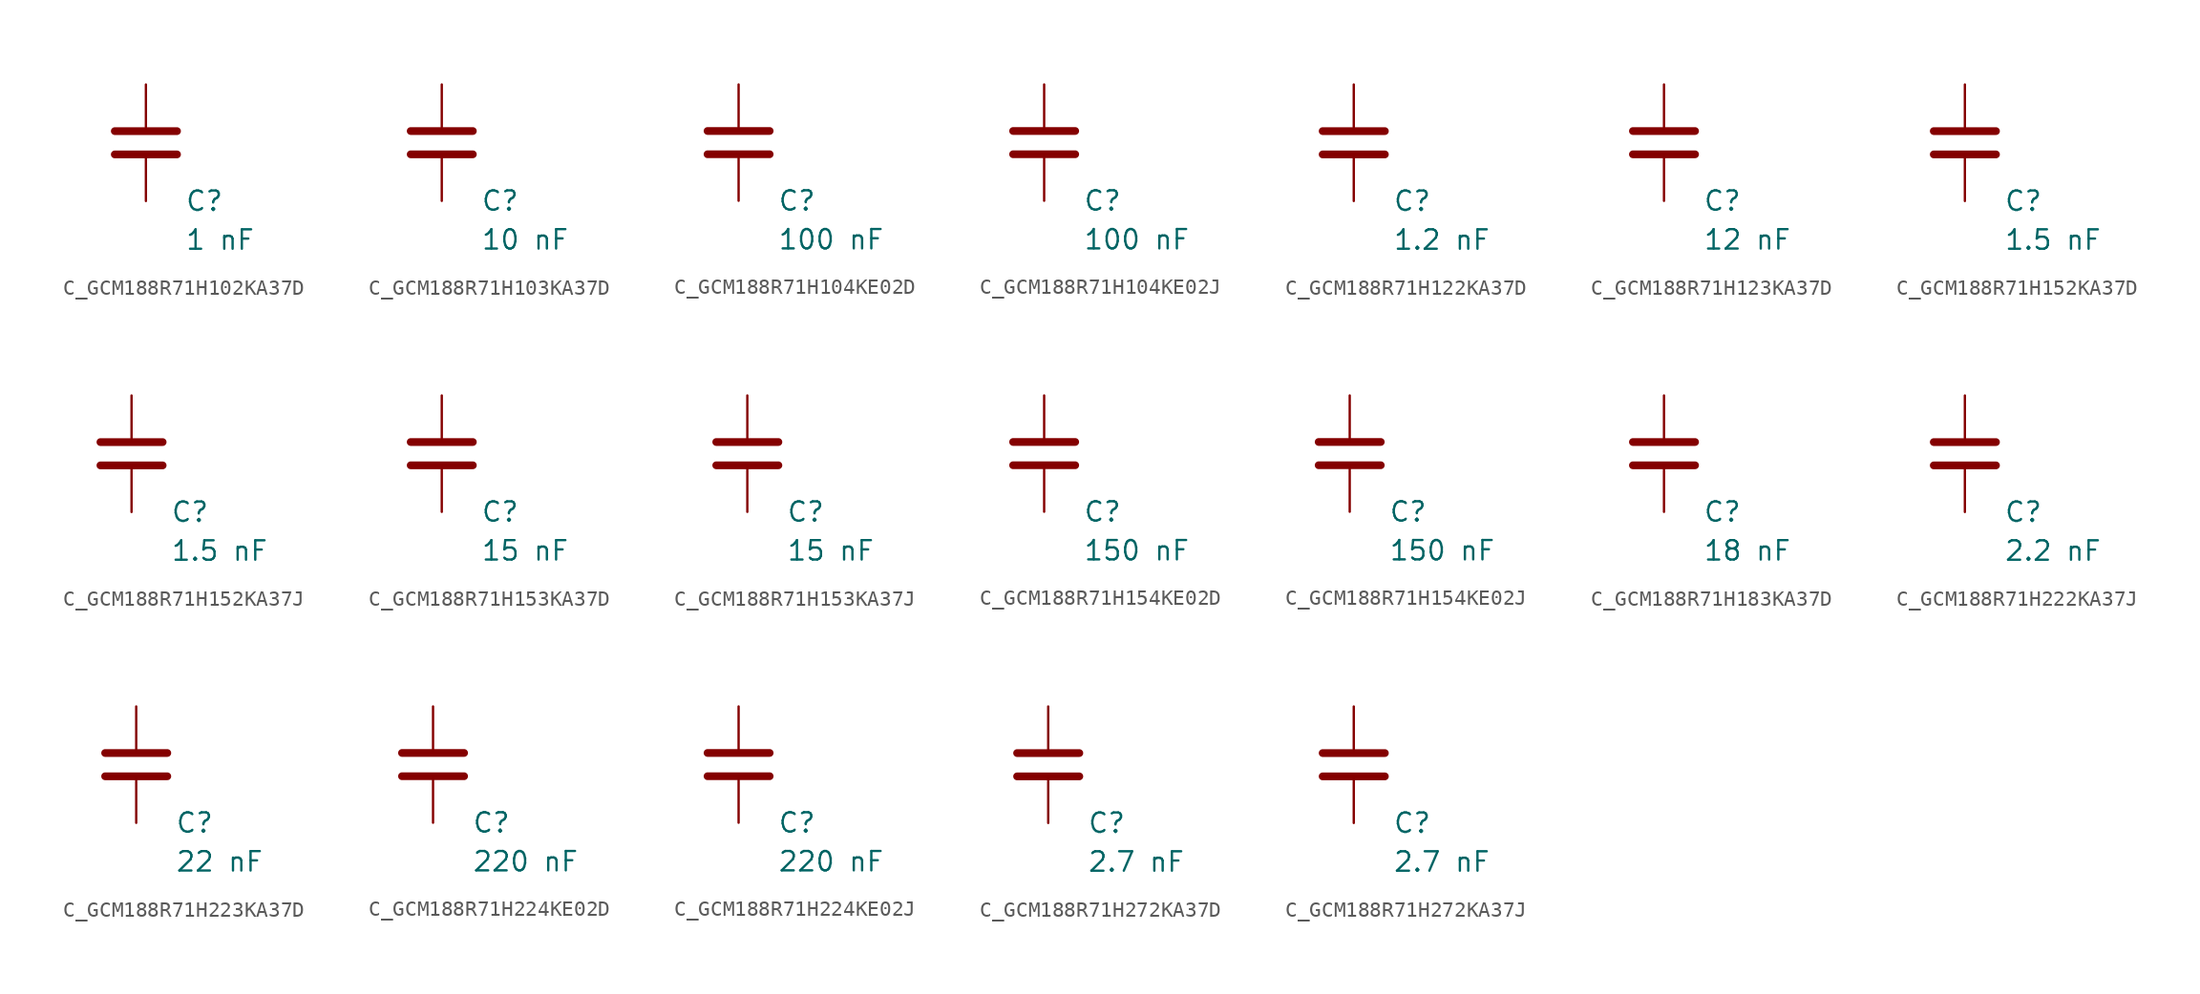
<source format=kicad_sym>
(kicad_symbol_lib
  (version 20231120)
  (generator "kicad_symbol_editor")
  (generator_version "8.0")
  (symbol "C_GCM188R71H102KA37D"
    (pin_numbers hide)
    (pin_names
      (offset 0.254))
    (property "Reference" "C"
      (at 2.54 -3.81 0)
      (effects (font (size 1.27 1.27)) (justify left))
      (show_name no))
    (property "Value" "1 nF"
      (at 2.54 -6.35 0)
      (effects (font (size 1.27 1.27)) (justify left))
      (show_name no))
    (symbol "C_GCM188R71H102KA37D_0_1"
      (polyline (pts (xy -2.032 -0.762) (xy 2.032 -0.762)) (stroke (width 0.508) (type default)) (fill (type none)))
      (polyline (pts (xy -2.032 0.762) (xy 2.032 0.762)) (stroke (width 0.508) (type default)) (fill (type none))))
    (symbol "C_GCM188R71H102KA37D_1_1"
      (pin passive line (at 0 3.81 270) (length 2.794) (name "~" (effects (font (size 1.27 1.27)))) (number "1" (effects (font (size 1.27 1.27)))))
      (pin passive line (at 0 -3.81 90) (length 2.794) (name "~" (effects (font (size 1.27 1.27)))) (number "2" (effects (font (size 1.27 1.27)))))))
  (symbol "C_GCM188R71H103KA37D"
    (pin_numbers hide)
    (pin_names
      (offset 0.254))
    (property "Reference" "C"
      (at 2.54 -3.81 0)
      (effects (font (size 1.27 1.27)) (justify left))
      (show_name no))
    (property "Value" "10 nF"
      (at 2.54 -6.35 0)
      (effects (font (size 1.27 1.27)) (justify left))
      (show_name no))
    (symbol "C_GCM188R71H103KA37D_0_1"
      (polyline (pts (xy -2.032 -0.762) (xy 2.032 -0.762)) (stroke (width 0.508) (type default)) (fill (type none)))
      (polyline (pts (xy -2.032 0.762) (xy 2.032 0.762)) (stroke (width 0.508) (type default)) (fill (type none))))
    (symbol "C_GCM188R71H103KA37D_1_1"
      (pin passive line (at 0 3.81 270) (length 2.794) (name "~" (effects (font (size 1.27 1.27)))) (number "1" (effects (font (size 1.27 1.27)))))
      (pin passive line (at 0 -3.81 90) (length 2.794) (name "~" (effects (font (size 1.27 1.27)))) (number "2" (effects (font (size 1.27 1.27)))))))
  (symbol "C_GCM188R71H104KE02D"
    (pin_numbers hide)
    (pin_names
      (offset 0.254))
    (property "Reference" "C"
      (at 2.54 -3.81 0)
      (effects (font (size 1.27 1.27)) (justify left))
      (show_name no))
    (property "Value" "100 nF"
      (at 2.54 -6.35 0)
      (effects (font (size 1.27 1.27)) (justify left))
      (show_name no))
    (symbol "C_GCM188R71H104KE02D_0_1"
      (polyline (pts (xy -2.032 -0.762) (xy 2.032 -0.762)) (stroke (width 0.508) (type default)) (fill (type none)))
      (polyline (pts (xy -2.032 0.762) (xy 2.032 0.762)) (stroke (width 0.508) (type default)) (fill (type none))))
    (symbol "C_GCM188R71H104KE02D_1_1"
      (pin passive line (at 0 3.81 270) (length 2.794) (name "~" (effects (font (size 1.27 1.27)))) (number "1" (effects (font (size 1.27 1.27)))))
      (pin passive line (at 0 -3.81 90) (length 2.794) (name "~" (effects (font (size 1.27 1.27)))) (number "2" (effects (font (size 1.27 1.27)))))))
  (symbol "C_GCM188R71H104KE02J"
    (pin_numbers hide)
    (pin_names
      (offset 0.254))
    (property "Reference" "C"
      (at 2.54 -3.81 0)
      (effects (font (size 1.27 1.27)) (justify left))
      (show_name no))
    (property "Value" "100 nF"
      (at 2.54 -6.35 0)
      (effects (font (size 1.27 1.27)) (justify left))
      (show_name no))
    (symbol "C_GCM188R71H104KE02J_0_1"
      (polyline (pts (xy -2.032 -0.762) (xy 2.032 -0.762)) (stroke (width 0.508) (type default)) (fill (type none)))
      (polyline (pts (xy -2.032 0.762) (xy 2.032 0.762)) (stroke (width 0.508) (type default)) (fill (type none))))
    (symbol "C_GCM188R71H104KE02J_1_1"
      (pin passive line (at 0 3.81 270) (length 2.794) (name "~" (effects (font (size 1.27 1.27)))) (number "1" (effects (font (size 1.27 1.27)))))
      (pin passive line (at 0 -3.81 90) (length 2.794) (name "~" (effects (font (size 1.27 1.27)))) (number "2" (effects (font (size 1.27 1.27)))))))
  (symbol "C_GCM188R71H122KA37D"
    (pin_numbers hide)
    (pin_names
      (offset 0.254))
    (property "Reference" "C"
      (at 2.54 -3.81 0)
      (effects (font (size 1.27 1.27)) (justify left))
      (show_name no))
    (property "Value" "1.2 nF"
      (at 2.54 -6.35 0)
      (effects (font (size 1.27 1.27)) (justify left))
      (show_name no))
    (symbol "C_GCM188R71H122KA37D_0_1"
      (polyline (pts (xy -2.032 -0.762) (xy 2.032 -0.762)) (stroke (width 0.508) (type default)) (fill (type none)))
      (polyline (pts (xy -2.032 0.762) (xy 2.032 0.762)) (stroke (width 0.508) (type default)) (fill (type none))))
    (symbol "C_GCM188R71H122KA37D_1_1"
      (pin passive line (at 0 3.81 270) (length 2.794) (name "~" (effects (font (size 1.27 1.27)))) (number "1" (effects (font (size 1.27 1.27)))))
      (pin passive line (at 0 -3.81 90) (length 2.794) (name "~" (effects (font (size 1.27 1.27)))) (number "2" (effects (font (size 1.27 1.27)))))))
  (symbol "C_GCM188R71H123KA37D"
    (pin_numbers hide)
    (pin_names
      (offset 0.254))
    (property "Reference" "C"
      (at 2.54 -3.81 0)
      (effects (font (size 1.27 1.27)) (justify left))
      (show_name no))
    (property "Value" "12 nF"
      (at 2.54 -6.35 0)
      (effects (font (size 1.27 1.27)) (justify left))
      (show_name no))
    (symbol "C_GCM188R71H123KA37D_0_1"
      (polyline (pts (xy -2.032 -0.762) (xy 2.032 -0.762)) (stroke (width 0.508) (type default)) (fill (type none)))
      (polyline (pts (xy -2.032 0.762) (xy 2.032 0.762)) (stroke (width 0.508) (type default)) (fill (type none))))
    (symbol "C_GCM188R71H123KA37D_1_1"
      (pin passive line (at 0 3.81 270) (length 2.794) (name "~" (effects (font (size 1.27 1.27)))) (number "1" (effects (font (size 1.27 1.27)))))
      (pin passive line (at 0 -3.81 90) (length 2.794) (name "~" (effects (font (size 1.27 1.27)))) (number "2" (effects (font (size 1.27 1.27)))))))
  (symbol "C_GCM188R71H152KA37D"
    (pin_numbers hide)
    (pin_names
      (offset 0.254))
    (property "Reference" "C"
      (at 2.54 -3.81 0)
      (effects (font (size 1.27 1.27)) (justify left))
      (show_name no))
    (property "Value" "1.5 nF"
      (at 2.54 -6.35 0)
      (effects (font (size 1.27 1.27)) (justify left))
      (show_name no))
    (symbol "C_GCM188R71H152KA37D_0_1"
      (polyline (pts (xy -2.032 -0.762) (xy 2.032 -0.762)) (stroke (width 0.508) (type default)) (fill (type none)))
      (polyline (pts (xy -2.032 0.762) (xy 2.032 0.762)) (stroke (width 0.508) (type default)) (fill (type none))))
    (symbol "C_GCM188R71H152KA37D_1_1"
      (pin passive line (at 0 3.81 270) (length 2.794) (name "~" (effects (font (size 1.27 1.27)))) (number "1" (effects (font (size 1.27 1.27)))))
      (pin passive line (at 0 -3.81 90) (length 2.794) (name "~" (effects (font (size 1.27 1.27)))) (number "2" (effects (font (size 1.27 1.27)))))))
  (symbol "C_GCM188R71H152KA37J"
    (pin_numbers hide)
    (pin_names
      (offset 0.254))
    (property "Reference" "C"
      (at 2.54 -3.81 0)
      (effects (font (size 1.27 1.27)) (justify left))
      (show_name no))
    (property "Value" "1.5 nF"
      (at 2.54 -6.35 0)
      (effects (font (size 1.27 1.27)) (justify left))
      (show_name no))
    (symbol "C_GCM188R71H152KA37J_0_1"
      (polyline (pts (xy -2.032 -0.762) (xy 2.032 -0.762)) (stroke (width 0.508) (type default)) (fill (type none)))
      (polyline (pts (xy -2.032 0.762) (xy 2.032 0.762)) (stroke (width 0.508) (type default)) (fill (type none))))
    (symbol "C_GCM188R71H152KA37J_1_1"
      (pin passive line (at 0 3.81 270) (length 2.794) (name "~" (effects (font (size 1.27 1.27)))) (number "1" (effects (font (size 1.27 1.27)))))
      (pin passive line (at 0 -3.81 90) (length 2.794) (name "~" (effects (font (size 1.27 1.27)))) (number "2" (effects (font (size 1.27 1.27)))))))
  (symbol "C_GCM188R71H153KA37D"
    (pin_numbers hide)
    (pin_names
      (offset 0.254))
    (property "Reference" "C"
      (at 2.54 -3.81 0)
      (effects (font (size 1.27 1.27)) (justify left))
      (show_name no))
    (property "Value" "15 nF"
      (at 2.54 -6.35 0)
      (effects (font (size 1.27 1.27)) (justify left))
      (show_name no))
    (symbol "C_GCM188R71H153KA37D_0_1"
      (polyline (pts (xy -2.032 -0.762) (xy 2.032 -0.762)) (stroke (width 0.508) (type default)) (fill (type none)))
      (polyline (pts (xy -2.032 0.762) (xy 2.032 0.762)) (stroke (width 0.508) (type default)) (fill (type none))))
    (symbol "C_GCM188R71H153KA37D_1_1"
      (pin passive line (at 0 3.81 270) (length 2.794) (name "~" (effects (font (size 1.27 1.27)))) (number "1" (effects (font (size 1.27 1.27)))))
      (pin passive line (at 0 -3.81 90) (length 2.794) (name "~" (effects (font (size 1.27 1.27)))) (number "2" (effects (font (size 1.27 1.27)))))))
  (symbol "C_GCM188R71H153KA37J"
    (pin_numbers hide)
    (pin_names
      (offset 0.254))
    (property "Reference" "C"
      (at 2.54 -3.81 0)
      (effects (font (size 1.27 1.27)) (justify left))
      (show_name no))
    (property "Value" "15 nF"
      (at 2.54 -6.35 0)
      (effects (font (size 1.27 1.27)) (justify left))
      (show_name no))
    (symbol "C_GCM188R71H153KA37J_0_1"
      (polyline (pts (xy -2.032 -0.762) (xy 2.032 -0.762)) (stroke (width 0.508) (type default)) (fill (type none)))
      (polyline (pts (xy -2.032 0.762) (xy 2.032 0.762)) (stroke (width 0.508) (type default)) (fill (type none))))
    (symbol "C_GCM188R71H153KA37J_1_1"
      (pin passive line (at 0 3.81 270) (length 2.794) (name "~" (effects (font (size 1.27 1.27)))) (number "1" (effects (font (size 1.27 1.27)))))
      (pin passive line (at 0 -3.81 90) (length 2.794) (name "~" (effects (font (size 1.27 1.27)))) (number "2" (effects (font (size 1.27 1.27)))))))
  (symbol "C_GCM188R71H154KE02D"
    (pin_numbers hide)
    (pin_names
      (offset 0.254))
    (property "Reference" "C"
      (at 2.54 -3.81 0)
      (effects (font (size 1.27 1.27)) (justify left))
      (show_name no))
    (property "Value" "150 nF"
      (at 2.54 -6.35 0)
      (effects (font (size 1.27 1.27)) (justify left))
      (show_name no))
    (symbol "C_GCM188R71H154KE02D_0_1"
      (polyline (pts (xy -2.032 -0.762) (xy 2.032 -0.762)) (stroke (width 0.508) (type default)) (fill (type none)))
      (polyline (pts (xy -2.032 0.762) (xy 2.032 0.762)) (stroke (width 0.508) (type default)) (fill (type none))))
    (symbol "C_GCM188R71H154KE02D_1_1"
      (pin passive line (at 0 3.81 270) (length 2.794) (name "~" (effects (font (size 1.27 1.27)))) (number "1" (effects (font (size 1.27 1.27)))))
      (pin passive line (at 0 -3.81 90) (length 2.794) (name "~" (effects (font (size 1.27 1.27)))) (number "2" (effects (font (size 1.27 1.27)))))))
  (symbol "C_GCM188R71H154KE02J"
    (pin_numbers hide)
    (pin_names
      (offset 0.254))
    (property "Reference" "C"
      (at 2.54 -3.81 0)
      (effects (font (size 1.27 1.27)) (justify left))
      (show_name no))
    (property "Value" "150 nF"
      (at 2.54 -6.35 0)
      (effects (font (size 1.27 1.27)) (justify left))
      (show_name no))
    (symbol "C_GCM188R71H154KE02J_0_1"
      (polyline (pts (xy -2.032 -0.762) (xy 2.032 -0.762)) (stroke (width 0.508) (type default)) (fill (type none)))
      (polyline (pts (xy -2.032 0.762) (xy 2.032 0.762)) (stroke (width 0.508) (type default)) (fill (type none))))
    (symbol "C_GCM188R71H154KE02J_1_1"
      (pin passive line (at 0 3.81 270) (length 2.794) (name "~" (effects (font (size 1.27 1.27)))) (number "1" (effects (font (size 1.27 1.27)))))
      (pin passive line (at 0 -3.81 90) (length 2.794) (name "~" (effects (font (size 1.27 1.27)))) (number "2" (effects (font (size 1.27 1.27)))))))
  (symbol "C_GCM188R71H183KA37D"
    (pin_numbers hide)
    (pin_names
      (offset 0.254))
    (property "Reference" "C"
      (at 2.54 -3.81 0)
      (effects (font (size 1.27 1.27)) (justify left))
      (show_name no))
    (property "Value" "18 nF"
      (at 2.54 -6.35 0)
      (effects (font (size 1.27 1.27)) (justify left))
      (show_name no))
    (symbol "C_GCM188R71H183KA37D_0_1"
      (polyline (pts (xy -2.032 -0.762) (xy 2.032 -0.762)) (stroke (width 0.508) (type default)) (fill (type none)))
      (polyline (pts (xy -2.032 0.762) (xy 2.032 0.762)) (stroke (width 0.508) (type default)) (fill (type none))))
    (symbol "C_GCM188R71H183KA37D_1_1"
      (pin passive line (at 0 3.81 270) (length 2.794) (name "~" (effects (font (size 1.27 1.27)))) (number "1" (effects (font (size 1.27 1.27)))))
      (pin passive line (at 0 -3.81 90) (length 2.794) (name "~" (effects (font (size 1.27 1.27)))) (number "2" (effects (font (size 1.27 1.27)))))))
  (symbol "C_GCM188R71H222KA37J"
    (pin_numbers hide)
    (pin_names
      (offset 0.254))
    (property "Reference" "C"
      (at 2.54 -3.81 0)
      (effects (font (size 1.27 1.27)) (justify left))
      (show_name no))
    (property "Value" "2.2 nF"
      (at 2.54 -6.35 0)
      (effects (font (size 1.27 1.27)) (justify left))
      (show_name no))
    (symbol "C_GCM188R71H222KA37J_0_1"
      (polyline (pts (xy -2.032 -0.762) (xy 2.032 -0.762)) (stroke (width 0.508) (type default)) (fill (type none)))
      (polyline (pts (xy -2.032 0.762) (xy 2.032 0.762)) (stroke (width 0.508) (type default)) (fill (type none))))
    (symbol "C_GCM188R71H222KA37J_1_1"
      (pin passive line (at 0 3.81 270) (length 2.794) (name "~" (effects (font (size 1.27 1.27)))) (number "1" (effects (font (size 1.27 1.27)))))
      (pin passive line (at 0 -3.81 90) (length 2.794) (name "~" (effects (font (size 1.27 1.27)))) (number "2" (effects (font (size 1.27 1.27)))))))
  (symbol "C_GCM188R71H223KA37D"
    (pin_numbers hide)
    (pin_names
      (offset 0.254))
    (property "Reference" "C"
      (at 2.54 -3.81 0)
      (effects (font (size 1.27 1.27)) (justify left))
      (show_name no))
    (property "Value" "22 nF"
      (at 2.54 -6.35 0)
      (effects (font (size 1.27 1.27)) (justify left))
      (show_name no))
    (symbol "C_GCM188R71H223KA37D_0_1"
      (polyline (pts (xy -2.032 -0.762) (xy 2.032 -0.762)) (stroke (width 0.508) (type default)) (fill (type none)))
      (polyline (pts (xy -2.032 0.762) (xy 2.032 0.762)) (stroke (width 0.508) (type default)) (fill (type none))))
    (symbol "C_GCM188R71H223KA37D_1_1"
      (pin passive line (at 0 3.81 270) (length 2.794) (name "~" (effects (font (size 1.27 1.27)))) (number "1" (effects (font (size 1.27 1.27)))))
      (pin passive line (at 0 -3.81 90) (length 2.794) (name "~" (effects (font (size 1.27 1.27)))) (number "2" (effects (font (size 1.27 1.27)))))))
  (symbol "C_GCM188R71H224KE02D"
    (pin_numbers hide)
    (pin_names
      (offset 0.254))
    (property "Reference" "C"
      (at 2.54 -3.81 0)
      (effects (font (size 1.27 1.27)) (justify left))
      (show_name no))
    (property "Value" "220 nF"
      (at 2.54 -6.35 0)
      (effects (font (size 1.27 1.27)) (justify left))
      (show_name no))
    (symbol "C_GCM188R71H224KE02D_0_1"
      (polyline (pts (xy -2.032 -0.762) (xy 2.032 -0.762)) (stroke (width 0.508) (type default)) (fill (type none)))
      (polyline (pts (xy -2.032 0.762) (xy 2.032 0.762)) (stroke (width 0.508) (type default)) (fill (type none))))
    (symbol "C_GCM188R71H224KE02D_1_1"
      (pin passive line (at 0 3.81 270) (length 2.794) (name "~" (effects (font (size 1.27 1.27)))) (number "1" (effects (font (size 1.27 1.27)))))
      (pin passive line (at 0 -3.81 90) (length 2.794) (name "~" (effects (font (size 1.27 1.27)))) (number "2" (effects (font (size 1.27 1.27)))))))
  (symbol "C_GCM188R71H224KE02J"
    (pin_numbers hide)
    (pin_names
      (offset 0.254))
    (property "Reference" "C"
      (at 2.54 -3.81 0)
      (effects (font (size 1.27 1.27)) (justify left))
      (show_name no))
    (property "Value" "220 nF"
      (at 2.54 -6.35 0)
      (effects (font (size 1.27 1.27)) (justify left))
      (show_name no))
    (symbol "C_GCM188R71H224KE02J_0_1"
      (polyline (pts (xy -2.032 -0.762) (xy 2.032 -0.762)) (stroke (width 0.508) (type default)) (fill (type none)))
      (polyline (pts (xy -2.032 0.762) (xy 2.032 0.762)) (stroke (width 0.508) (type default)) (fill (type none))))
    (symbol "C_GCM188R71H224KE02J_1_1"
      (pin passive line (at 0 3.81 270) (length 2.794) (name "~" (effects (font (size 1.27 1.27)))) (number "1" (effects (font (size 1.27 1.27)))))
      (pin passive line (at 0 -3.81 90) (length 2.794) (name "~" (effects (font (size 1.27 1.27)))) (number "2" (effects (font (size 1.27 1.27)))))))
  (symbol "C_GCM188R71H272KA37D"
    (pin_numbers hide)
    (pin_names
      (offset 0.254))
    (property "Reference" "C"
      (at 2.54 -3.81 0)
      (effects (font (size 1.27 1.27)) (justify left))
      (show_name no))
    (property "Value" "2.7 nF"
      (at 2.54 -6.35 0)
      (effects (font (size 1.27 1.27)) (justify left))
      (show_name no))
    (symbol "C_GCM188R71H272KA37D_0_1"
      (polyline (pts (xy -2.032 -0.762) (xy 2.032 -0.762)) (stroke (width 0.508) (type default)) (fill (type none)))
      (polyline (pts (xy -2.032 0.762) (xy 2.032 0.762)) (stroke (width 0.508) (type default)) (fill (type none))))
    (symbol "C_GCM188R71H272KA37D_1_1"
      (pin passive line (at 0 3.81 270) (length 2.794) (name "~" (effects (font (size 1.27 1.27)))) (number "1" (effects (font (size 1.27 1.27)))))
      (pin passive line (at 0 -3.81 90) (length 2.794) (name "~" (effects (font (size 1.27 1.27)))) (number "2" (effects (font (size 1.27 1.27)))))))
  (symbol "C_GCM188R71H272KA37J"
    (pin_numbers hide)
    (pin_names
      (offset 0.254))
    (property "Reference" "C"
      (at 2.54 -3.81 0)
      (effects (font (size 1.27 1.27)) (justify left))
      (show_name no))
    (property "Value" "2.7 nF"
      (at 2.54 -6.35 0)
      (effects (font (size 1.27 1.27)) (justify left))
      (show_name no))
    (symbol "C_GCM188R71H272KA37J_0_1"
      (polyline (pts (xy -2.032 -0.762) (xy 2.032 -0.762)) (stroke (width 0.508) (type default)) (fill (type none)))
      (polyline (pts (xy -2.032 0.762) (xy 2.032 0.762)) (stroke (width 0.508) (type default)) (fill (type none))))
    (symbol "C_GCM188R71H272KA37J_1_1"
      (pin passive line (at 0 3.81 270) (length 2.794) (name "~" (effects (font (size 1.27 1.27)))) (number "1" (effects (font (size 1.27 1.27)))))
      (pin passive line (at 0 -3.81 90) (length 2.794) (name "~" (effects (font (size 1.27 1.27)))) (number "2" (effects (font (size 1.27 1.27))))))))
</source>
